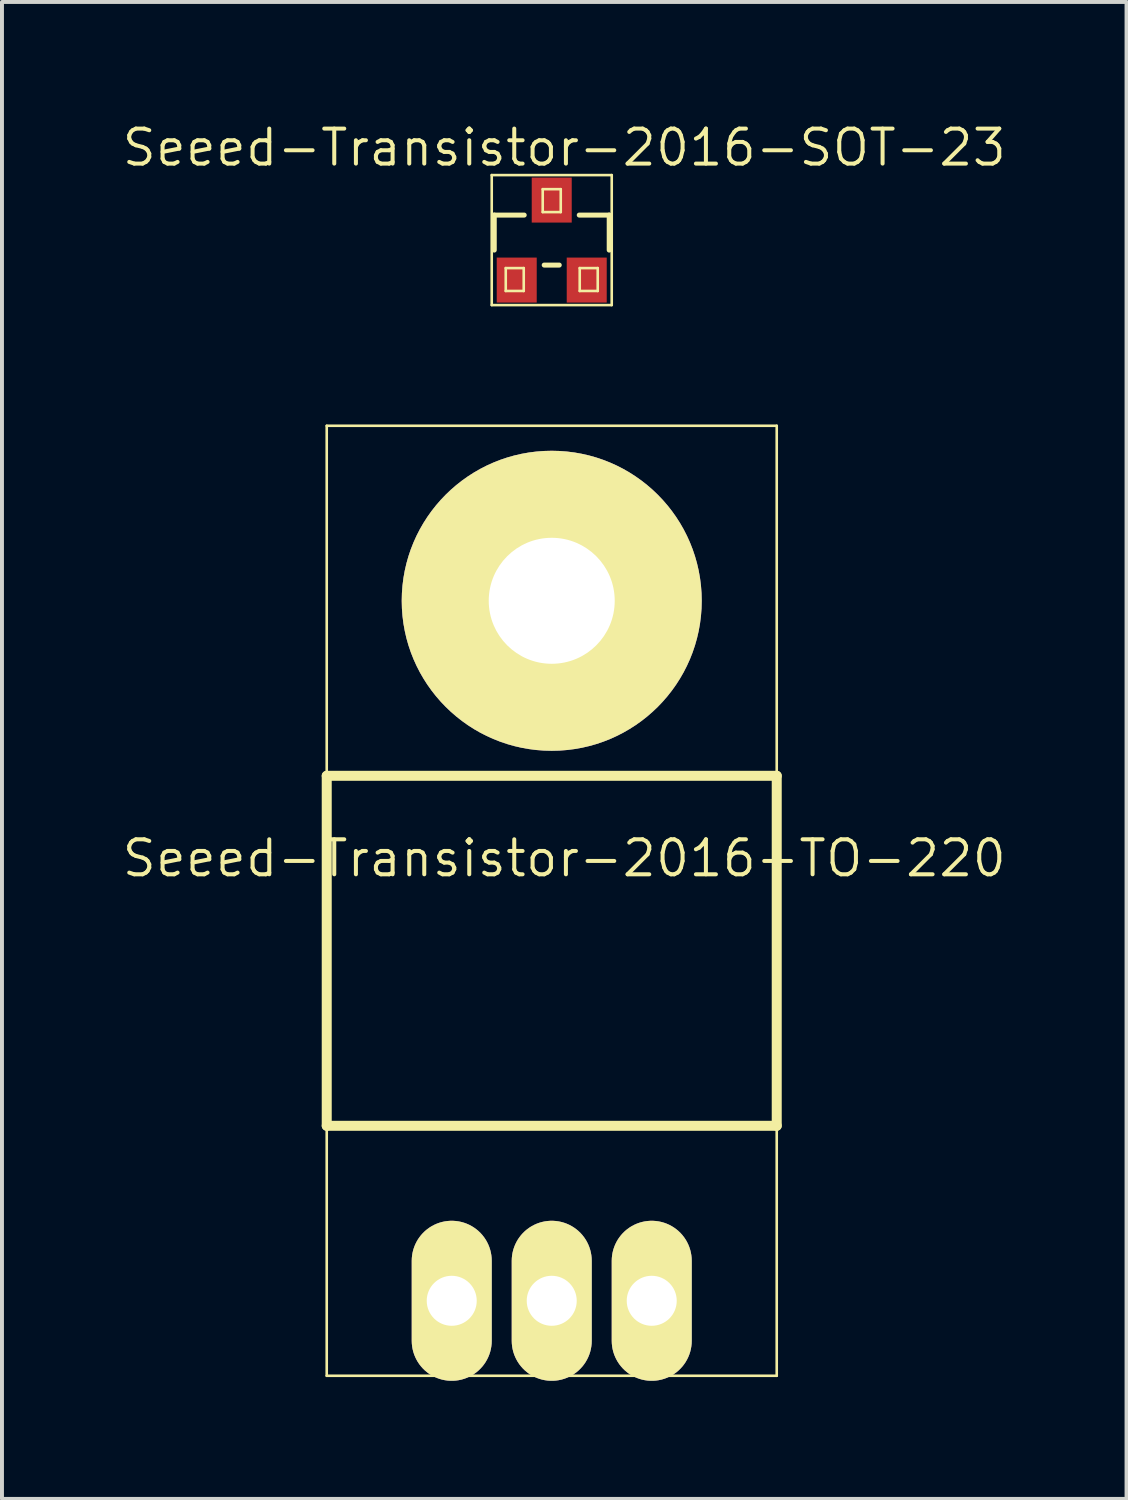
<source format=kicad_pcb>
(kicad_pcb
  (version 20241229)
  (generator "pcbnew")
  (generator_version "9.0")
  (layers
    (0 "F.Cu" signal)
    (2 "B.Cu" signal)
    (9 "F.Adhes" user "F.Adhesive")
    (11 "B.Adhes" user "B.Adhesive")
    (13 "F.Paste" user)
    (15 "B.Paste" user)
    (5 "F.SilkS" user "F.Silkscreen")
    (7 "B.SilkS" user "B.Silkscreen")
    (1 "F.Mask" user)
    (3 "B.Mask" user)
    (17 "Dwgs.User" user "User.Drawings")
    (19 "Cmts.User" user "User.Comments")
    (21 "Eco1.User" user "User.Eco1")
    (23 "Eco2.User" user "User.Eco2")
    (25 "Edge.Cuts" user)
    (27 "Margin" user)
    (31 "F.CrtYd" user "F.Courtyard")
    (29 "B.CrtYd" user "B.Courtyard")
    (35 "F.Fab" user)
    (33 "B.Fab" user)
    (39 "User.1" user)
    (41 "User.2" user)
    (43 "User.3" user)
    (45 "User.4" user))
  (footprint "Seeed-Transistor-2016-TO-220"
    (layer "F.Cu")
    (at 10.964 18.56)
    (property "Reference" "Seeed-Transistor-2016-TO-220" (at 0.318 0.191 0) (layer "F.SilkS") (effects (font (size 0.889 0.889) (thickness 0.102))))
    (attr exclude_from_pos_files exclude_from_bom)
    (fp_line (start -5.715 -10.795) (end 5.715 -10.795) (stroke (width 0.066) (type solid)) (layer "F.SilkS"))
    (fp_line (start -5.715 -1.905) (end 5.715 -1.905) (stroke (width 0.254) (type solid)) (layer "F.SilkS"))
    (fp_line (start -5.715 6.985) (end -5.715 -1.905) (stroke (width 0.254) (type solid)) (layer "F.SilkS"))
    (fp_line (start -5.715 13.335) (end -5.715 -10.795) (stroke (width 0.066) (type solid)) (layer "F.SilkS"))
    (fp_line (start -5.715 13.335) (end 5.715 13.335) (stroke (width 0.066) (type solid)) (layer "F.SilkS"))
    (fp_line (start 5.715 -1.905) (end 5.715 6.985) (stroke (width 0.254) (type solid)) (layer "F.SilkS"))
    (fp_line (start 5.715 6.985) (end -5.715 6.985) (stroke (width 0.254) (type solid)) (layer "F.SilkS"))
    (fp_line (start 5.715 13.335) (end 5.715 -10.795) (stroke (width 0.066) (type solid)) (layer "F.SilkS"))
    (pad "1" thru_hole oval (at -2.54 11.43 180) (size 2.032 4.064) (drill 1.27) (layers "*.Cu" "F.Mask" "F.SilkS" "F.Paste"))
    (pad "2" thru_hole oval (at 0 11.43 180) (size 2.032 4.064) (drill 1.27) (layers "*.Cu" "F.Mask" "F.SilkS" "F.Paste"))
    (pad "3" thru_hole oval (at 2.54 11.43 180) (size 2.032 4.064) (drill 1.27) (layers "*.Cu" "F.Mask" "F.SilkS" "F.Paste"))
    (pad "HEAT" thru_hole circle (at 0 -6.35 180) (size 7.62 7.62) (drill 3.2) (layers "*.Cu" "F.Mask" "F.SilkS" "F.Paste")))
  (footprint "Seeed-Transistor-2016-SOT-23"
    (layer "F.Cu")
    (at 10.964 3.048)
    (property "Reference" "Seeed-Transistor-2016-SOT-23" (at 0.318 -2.349 0) (layer "F.SilkS") (effects (font (size 0.889 0.889) (thickness 0.102))))
    (attr smd)
    (fp_line (start -1.524 -1.651) (end 1.524 -1.651) (stroke (width 0.066) (type solid)) (layer "F.SilkS"))
    (fp_line (start -1.524 1.651) (end -1.524 -1.651) (stroke (width 0.066) (type solid)) (layer "F.SilkS"))
    (fp_line (start -1.524 1.651) (end 1.524 1.651) (stroke (width 0.066) (type solid)) (layer "F.SilkS"))
    (fp_line (start -1.46 -0.635) (end -1.46 0.254) (stroke (width 0.127) (type solid)) (layer "F.SilkS"))
    (fp_line (start -1.168 0.711) (end -0.711 0.711) (stroke (width 0.066) (type solid)) (layer "F.SilkS"))
    (fp_line (start -1.168 1.293) (end -1.168 0.711) (stroke (width 0.066) (type solid)) (layer "F.SilkS"))
    (fp_line (start -1.168 1.293) (end -0.711 1.293) (stroke (width 0.066) (type solid)) (layer "F.SilkS"))
    (fp_line (start -0.711 1.293) (end -0.711 0.711) (stroke (width 0.066) (type solid)) (layer "F.SilkS"))
    (fp_line (start -0.699 -0.635) (end -1.46 -0.635) (stroke (width 0.127) (type solid)) (layer "F.SilkS"))
    (fp_line (start -0.229 -1.293) (end 0.229 -1.293) (stroke (width 0.066) (type solid)) (layer "F.SilkS"))
    (fp_line (start -0.229 -0.711) (end -0.229 -1.293) (stroke (width 0.066) (type solid)) (layer "F.SilkS"))
    (fp_line (start -0.229 -0.711) (end 0.229 -0.711) (stroke (width 0.066) (type solid)) (layer "F.SilkS"))
    (fp_line (start -0.191 0.635) (end 0.191 0.635) (stroke (width 0.127) (type solid)) (layer "F.SilkS"))
    (fp_line (start 0.229 -0.711) (end 0.229 -1.293) (stroke (width 0.066) (type solid)) (layer "F.SilkS"))
    (fp_line (start 0.711 0.711) (end 1.168 0.711) (stroke (width 0.066) (type solid)) (layer "F.SilkS"))
    (fp_line (start 0.711 1.293) (end 0.711 0.711) (stroke (width 0.066) (type solid)) (layer "F.SilkS"))
    (fp_line (start 0.711 1.293) (end 1.168 1.293) (stroke (width 0.066) (type solid)) (layer "F.SilkS"))
    (fp_line (start 1.168 1.293) (end 1.168 0.711) (stroke (width 0.066) (type solid)) (layer "F.SilkS"))
    (fp_line (start 1.46 -0.635) (end 0.699 -0.635) (stroke (width 0.127) (type solid)) (layer "F.SilkS"))
    (fp_line (start 1.46 0.254) (end 1.46 -0.635) (stroke (width 0.127) (type solid)) (layer "F.SilkS"))
    (fp_line (start 1.524 1.651) (end 1.524 -1.651) (stroke (width 0.066) (type solid)) (layer "F.SilkS"))
    (pad "1" smd rect (at -0.889 1.016 180) (size 1.016 1.143) (layers "F.Cu" "F.Mask" "F.Paste"))
    (pad "2" smd rect (at 0.889 1.016) (size 1.016 1.143) (layers "F.Cu" "F.Mask" "F.Paste"))
    (pad "3" smd rect (at 0 -1.016) (size 1.016 1.143) (layers "F.Cu" "F.Mask" "F.Paste")))
  (gr_rect
    (start -3 -3)
    (end 25.564 35.022)
    (stroke (width 0.1) (type default))
    (fill no)
    (layer "Edge.Cuts")))
</source>
